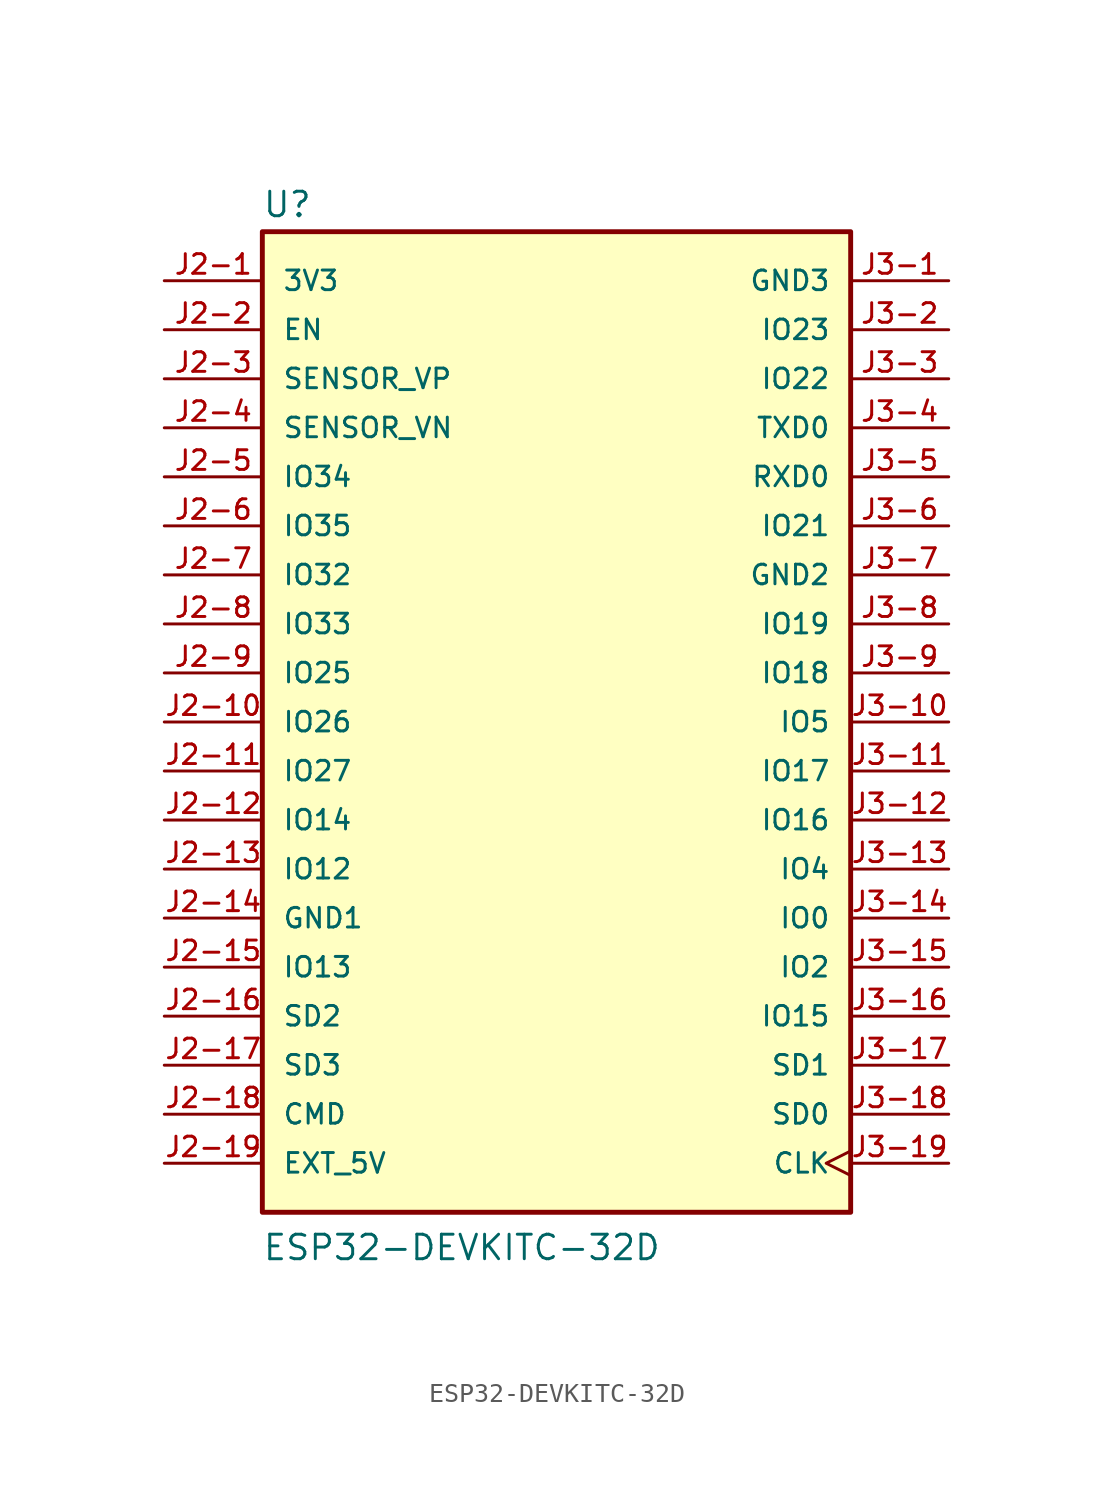
<source format=kicad_sym>
(kicad_symbol_lib
  (version 20241209)
  (generator "kicad_symbol_editor")
  (generator_version "9.0")
  (symbol "ESP32-DEVKITC-32D"
    (pin_names
      (offset 1.016))
    (property "Reference" "U"
      (at -15.257 26.064 0)
      (effects (font (size 1.27 1.27)) (justify left bottom)))
    (property "Value" "ESP32-DEVKITC-32D"
      (at -15.256 -27.97 0)
      (effects (font (size 1.27 1.27)) (justify left bottom)))
    (symbol "ESP32-DEVKITC-32D_0_0"
      (rectangle (start -15.24 -25.4) (end 15.24 25.4) (stroke (width 0.254) (type default)) (fill (type background)))
      (pin power_in line (at -20.32 22.86 0) (length 5.08) (name "3V3" (effects (font (size 1.016 1.016)))) (number "J2-1" (effects (font (size 1.016 1.016)))))
      (pin input line (at -20.32 20.32 0) (length 5.08) (name "EN" (effects (font (size 1.016 1.016)))) (number "J2-2" (effects (font (size 1.016 1.016)))))
      (pin input line (at -20.32 17.78 0) (length 5.08) (name "SENSOR_VP" (effects (font (size 1.016 1.016)))) (number "J2-3" (effects (font (size 1.016 1.016)))))
      (pin input line (at -20.32 15.24 0) (length 5.08) (name "SENSOR_VN" (effects (font (size 1.016 1.016)))) (number "J2-4" (effects (font (size 1.016 1.016)))))
      (pin bidirectional line (at -20.32 12.7 0) (length 5.08) (name "IO34" (effects (font (size 1.016 1.016)))) (number "J2-5" (effects (font (size 1.016 1.016)))))
      (pin bidirectional line (at -20.32 10.16 0) (length 5.08) (name "IO35" (effects (font (size 1.016 1.016)))) (number "J2-6" (effects (font (size 1.016 1.016)))))
      (pin bidirectional line (at -20.32 7.62 0) (length 5.08) (name "IO32" (effects (font (size 1.016 1.016)))) (number "J2-7" (effects (font (size 1.016 1.016)))))
      (pin bidirectional line (at -20.32 5.08 0) (length 5.08) (name "IO33" (effects (font (size 1.016 1.016)))) (number "J2-8" (effects (font (size 1.016 1.016)))))
      (pin bidirectional line (at -20.32 2.54 0) (length 5.08) (name "IO25" (effects (font (size 1.016 1.016)))) (number "J2-9" (effects (font (size 1.016 1.016)))))
      (pin bidirectional line (at -20.32 0 0) (length 5.08) (name "IO26" (effects (font (size 1.016 1.016)))) (number "J2-10" (effects (font (size 1.016 1.016)))))
      (pin bidirectional line (at -20.32 -2.54 0) (length 5.08) (name "IO27" (effects (font (size 1.016 1.016)))) (number "J2-11" (effects (font (size 1.016 1.016)))))
      (pin bidirectional line (at -20.32 -5.08 0) (length 5.08) (name "IO14" (effects (font (size 1.016 1.016)))) (number "J2-12" (effects (font (size 1.016 1.016)))))
      (pin bidirectional line (at -20.32 -7.62 0) (length 5.08) (name "IO12" (effects (font (size 1.016 1.016)))) (number "J2-13" (effects (font (size 1.016 1.016)))))
      (pin power_in line (at -20.32 -10.16 0) (length 5.08) (name "GND1" (effects (font (size 1.016 1.016)))) (number "J2-14" (effects (font (size 1.016 1.016)))))
      (pin bidirectional line (at -20.32 -12.7 0) (length 5.08) (name "IO13" (effects (font (size 1.016 1.016)))) (number "J2-15" (effects (font (size 1.016 1.016)))))
      (pin bidirectional line (at -20.32 -15.24 0) (length 5.08) (name "SD2" (effects (font (size 1.016 1.016)))) (number "J2-16" (effects (font (size 1.016 1.016)))))
      (pin bidirectional line (at -20.32 -17.78 0) (length 5.08) (name "SD3" (effects (font (size 1.016 1.016)))) (number "J2-17" (effects (font (size 1.016 1.016)))))
      (pin bidirectional line (at -20.32 -20.32 0) (length 5.08) (name "CMD" (effects (font (size 1.016 1.016)))) (number "J2-18" (effects (font (size 1.016 1.016)))))
      (pin power_in line (at 20.32 22.86 180) (length 5.08) (name "GND3" (effects (font (size 1.016 1.016)))) (number "J3-1" (effects (font (size 1.016 1.016)))))
      (pin bidirectional line (at 20.32 20.32 180) (length 5.08) (name "IO23" (effects (font (size 1.016 1.016)))) (number "J3-2" (effects (font (size 1.016 1.016)))))
      (pin bidirectional line (at 20.32 17.78 180) (length 5.08) (name "IO22" (effects (font (size 1.016 1.016)))) (number "J3-3" (effects (font (size 1.016 1.016)))))
      (pin output line (at 20.32 15.24 180) (length 5.08) (name "TXD0" (effects (font (size 1.016 1.016)))) (number "J3-4" (effects (font (size 1.016 1.016)))))
      (pin input line (at 20.32 12.7 180) (length 5.08) (name "RXD0" (effects (font (size 1.016 1.016)))) (number "J3-5" (effects (font (size 1.016 1.016)))))
      (pin bidirectional line (at 20.32 10.16 180) (length 5.08) (name "IO21" (effects (font (size 1.016 1.016)))) (number "J3-6" (effects (font (size 1.016 1.016)))))
      (pin power_in line (at 20.32 7.62 180) (length 5.08) (name "GND2" (effects (font (size 1.016 1.016)))) (number "J3-7" (effects (font (size 1.016 1.016)))))
      (pin bidirectional line (at 20.32 5.08 180) (length 5.08) (name "IO19" (effects (font (size 1.016 1.016)))) (number "J3-8" (effects (font (size 1.016 1.016)))))
      (pin bidirectional line (at 20.32 2.54 180) (length 5.08) (name "IO18" (effects (font (size 1.016 1.016)))) (number "J3-9" (effects (font (size 1.016 1.016)))))
      (pin bidirectional line (at 20.32 0 180) (length 5.08) (name "IO5" (effects (font (size 1.016 1.016)))) (number "J3-10" (effects (font (size 1.016 1.016)))))
      (pin bidirectional line (at 20.32 -2.54 180) (length 5.08) (name "IO17" (effects (font (size 1.016 1.016)))) (number "J3-11" (effects (font (size 1.016 1.016)))))
      (pin bidirectional line (at 20.32 -5.08 180) (length 5.08) (name "IO16" (effects (font (size 1.016 1.016)))) (number "J3-12" (effects (font (size 1.016 1.016)))))
      (pin bidirectional line (at 20.32 -7.62 180) (length 5.08) (name "IO4" (effects (font (size 1.016 1.016)))) (number "J3-13" (effects (font (size 1.016 1.016)))))
      (pin bidirectional line (at 20.32 -10.16 180) (length 5.08) (name "IO0" (effects (font (size 1.016 1.016)))) (number "J3-14" (effects (font (size 1.016 1.016)))))
      (pin bidirectional line (at 20.32 -12.7 180) (length 5.08) (name "IO2" (effects (font (size 1.016 1.016)))) (number "J3-15" (effects (font (size 1.016 1.016)))))
      (pin bidirectional line (at 20.32 -15.24 180) (length 5.08) (name "IO15" (effects (font (size 1.016 1.016)))) (number "J3-16" (effects (font (size 1.016 1.016)))))
      (pin bidirectional line (at 20.32 -17.78 180) (length 5.08) (name "SD1" (effects (font (size 1.016 1.016)))) (number "J3-17" (effects (font (size 1.016 1.016)))))
      (pin bidirectional line (at 20.32 -20.32 180) (length 5.08) (name "SD0" (effects (font (size 1.016 1.016)))) (number "J3-18" (effects (font (size 1.016 1.016)))))
      (pin input clock (at 20.32 -22.86 180) (length 5.08) (name "CLK" (effects (font (size 1.016 1.016)))) (number "J3-19" (effects (font (size 1.016 1.016))))))
    (symbol "ESP32-DEVKITC-32D_1_0"
      (pin power_out line (at -20.32 -22.86 0) (length 5.08) (name "EXT_5V" (effects (font (size 1.016 1.016)))) (number "J2-19" (effects (font (size 1.016 1.016))))))))
</source>
